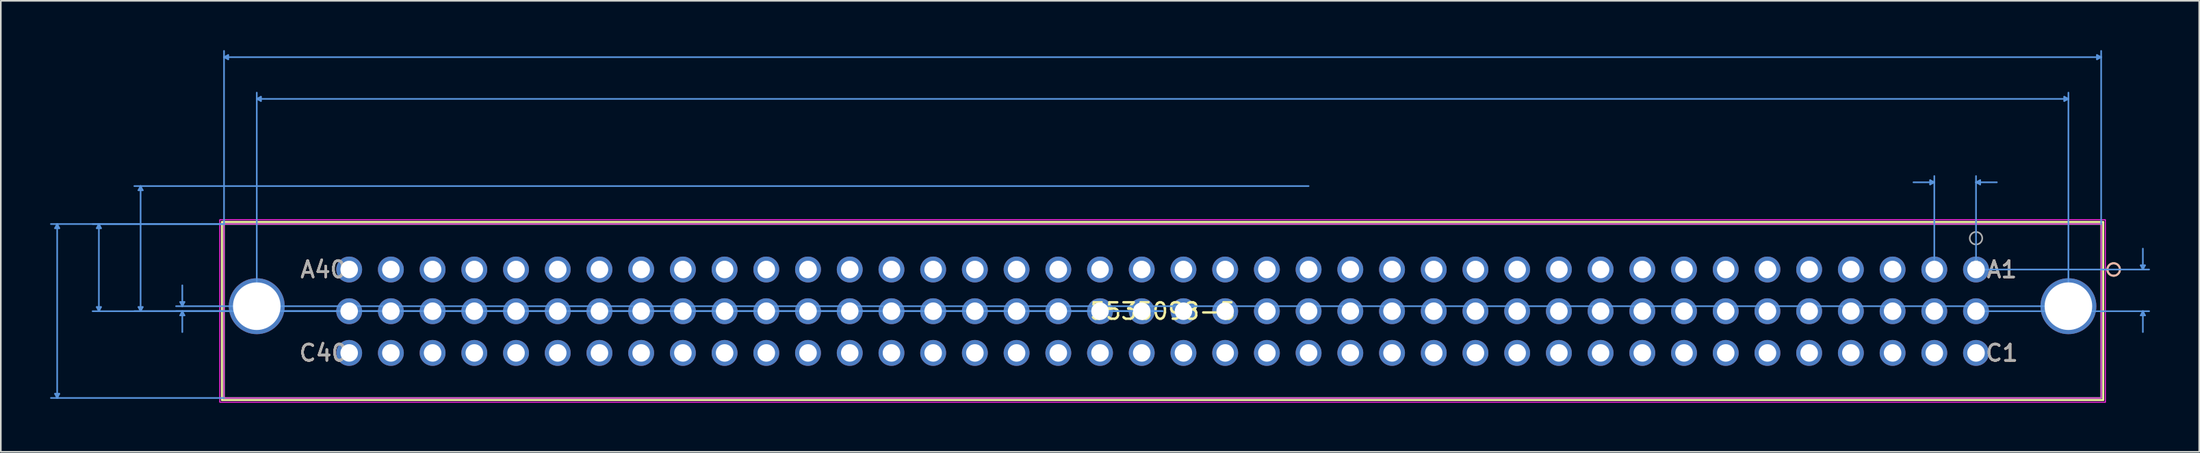
<source format=kicad_pcb>
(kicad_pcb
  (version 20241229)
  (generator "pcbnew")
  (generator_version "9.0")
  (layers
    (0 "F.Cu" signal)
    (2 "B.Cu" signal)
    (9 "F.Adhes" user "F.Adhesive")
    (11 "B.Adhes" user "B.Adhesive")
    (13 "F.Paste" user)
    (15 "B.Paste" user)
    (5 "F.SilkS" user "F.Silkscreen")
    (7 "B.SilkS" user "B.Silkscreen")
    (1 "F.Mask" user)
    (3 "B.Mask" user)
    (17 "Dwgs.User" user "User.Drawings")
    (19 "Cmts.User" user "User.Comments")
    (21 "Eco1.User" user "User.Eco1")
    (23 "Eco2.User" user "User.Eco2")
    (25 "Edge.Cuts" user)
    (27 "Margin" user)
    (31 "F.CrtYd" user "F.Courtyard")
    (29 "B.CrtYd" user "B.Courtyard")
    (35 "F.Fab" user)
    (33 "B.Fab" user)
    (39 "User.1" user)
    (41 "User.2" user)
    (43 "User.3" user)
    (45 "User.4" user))
  (footprint "5535098-5"
    (layer "F.Cu")
    (at 117.271 13.36)
    (property "Reference" "5535098-5" (at -49.53 2.54 0) (layer "F.SilkS") (effects (font (size 1 1) (thickness 0.15))))
    (attr through_hole)
    (fp_line (start -106.807 -2.896) (end -106.807 7.95) (stroke (width 0.12) (type solid)) (layer "F.SilkS"))
    (fp_line (start -106.807 7.95) (end 7.747 7.95) (stroke (width 0.12) (type solid)) (layer "F.SilkS"))
    (fp_line (start 7.747 -2.896) (end -106.807 -2.896) (stroke (width 0.12) (type solid)) (layer "F.SilkS"))
    (fp_line (start 7.747 7.95) (end 7.747 -2.896) (stroke (width 0.12) (type solid)) (layer "F.SilkS"))
    (fp_circle (center 8.382 0) (end 8.763 0) (stroke (width 0.12) (type solid)) (fill no) (layer "F.SilkS"))
    (fp_circle (center 8.382 0) (end 8.763 0) (stroke (width 0.12) (type solid)) (fill no) (layer "B.SilkS"))
    (fp_line (start -116.967 -2.515) (end -116.713 -2.515) (stroke (width 0.1) (type solid)) (layer "Cmts.User"))
    (fp_line (start -116.967 7.569) (end -116.713 7.569) (stroke (width 0.1) (type solid)) (layer "Cmts.User"))
    (fp_line (start -116.84 -2.769) (end -116.967 -2.515) (stroke (width 0.1) (type solid)) (layer "Cmts.User"))
    (fp_line (start -116.84 -2.769) (end -116.84 7.823) (stroke (width 0.1) (type solid)) (layer "Cmts.User"))
    (fp_line (start -116.84 -2.769) (end -116.713 -2.515) (stroke (width 0.1) (type solid)) (layer "Cmts.User"))
    (fp_line (start -116.84 7.823) (end -116.967 7.569) (stroke (width 0.1) (type solid)) (layer "Cmts.User"))
    (fp_line (start -116.84 7.823) (end -116.713 7.569) (stroke (width 0.1) (type solid)) (layer "Cmts.User"))
    (fp_line (start -114.427 -2.515) (end -114.173 -2.515) (stroke (width 0.1) (type solid)) (layer "Cmts.User"))
    (fp_line (start -114.427 2.286) (end -114.173 2.286) (stroke (width 0.1) (type solid)) (layer "Cmts.User"))
    (fp_line (start -114.3 -2.769) (end -114.427 -2.515) (stroke (width 0.1) (type solid)) (layer "Cmts.User"))
    (fp_line (start -114.3 -2.769) (end -114.3 2.54) (stroke (width 0.1) (type solid)) (layer "Cmts.User"))
    (fp_line (start -114.3 -2.769) (end -114.173 -2.515) (stroke (width 0.1) (type solid)) (layer "Cmts.User"))
    (fp_line (start -114.3 2.54) (end -114.427 2.286) (stroke (width 0.1) (type solid)) (layer "Cmts.User"))
    (fp_line (start -114.3 2.54) (end -114.173 2.286) (stroke (width 0.1) (type solid)) (layer "Cmts.User"))
    (fp_line (start -111.887 -4.826) (end -111.633 -4.826) (stroke (width 0.1) (type solid)) (layer "Cmts.User"))
    (fp_line (start -111.887 2.286) (end -111.633 2.286) (stroke (width 0.1) (type solid)) (layer "Cmts.User"))
    (fp_line (start -111.76 -5.08) (end -111.887 -4.826) (stroke (width 0.1) (type solid)) (layer "Cmts.User"))
    (fp_line (start -111.76 -5.08) (end -111.76 2.54) (stroke (width 0.1) (type solid)) (layer "Cmts.User"))
    (fp_line (start -111.76 -5.08) (end -111.633 -4.826) (stroke (width 0.1) (type solid)) (layer "Cmts.User"))
    (fp_line (start -111.76 2.54) (end -111.887 2.286) (stroke (width 0.1) (type solid)) (layer "Cmts.User"))
    (fp_line (start -111.76 2.54) (end -111.633 2.286) (stroke (width 0.1) (type solid)) (layer "Cmts.User"))
    (fp_line (start -109.347 1.981) (end -109.093 1.981) (stroke (width 0.1) (type solid)) (layer "Cmts.User"))
    (fp_line (start -109.347 2.794) (end -109.093 2.794) (stroke (width 0.1) (type solid)) (layer "Cmts.User"))
    (fp_line (start -109.22 2.235) (end -109.347 1.981) (stroke (width 0.1) (type solid)) (layer "Cmts.User"))
    (fp_line (start -109.22 2.235) (end -109.22 0.965) (stroke (width 0.1) (type solid)) (layer "Cmts.User"))
    (fp_line (start -109.22 2.235) (end -109.093 1.981) (stroke (width 0.1) (type solid)) (layer "Cmts.User"))
    (fp_line (start -109.22 2.54) (end -109.347 2.794) (stroke (width 0.1) (type solid)) (layer "Cmts.User"))
    (fp_line (start -109.22 2.54) (end -109.22 3.81) (stroke (width 0.1) (type solid)) (layer "Cmts.User"))
    (fp_line (start -109.22 2.54) (end -109.093 2.794) (stroke (width 0.1) (type solid)) (layer "Cmts.User"))
    (fp_line (start -106.68 -12.929) (end -106.426 -13.056) (stroke (width 0.1) (type solid)) (layer "Cmts.User"))
    (fp_line (start -106.68 -12.929) (end -106.426 -12.802) (stroke (width 0.1) (type solid)) (layer "Cmts.User"))
    (fp_line (start -106.68 -12.929) (end 7.62 -12.929) (stroke (width 0.1) (type solid)) (layer "Cmts.User"))
    (fp_line (start -106.68 -2.769) (end -117.221 -2.769) (stroke (width 0.1) (type solid)) (layer "Cmts.User"))
    (fp_line (start -106.68 -2.769) (end -114.681 -2.769) (stroke (width 0.1) (type solid)) (layer "Cmts.User"))
    (fp_line (start -106.68 -2.769) (end -106.68 -13.31) (stroke (width 0.1) (type solid)) (layer "Cmts.User"))
    (fp_line (start -106.68 7.823) (end -117.221 7.823) (stroke (width 0.1) (type solid)) (layer "Cmts.User"))
    (fp_line (start -106.426 -13.056) (end -106.426 -12.802) (stroke (width 0.1) (type solid)) (layer "Cmts.User"))
    (fp_line (start -104.686 -10.389) (end -104.432 -10.516) (stroke (width 0.1) (type solid)) (layer "Cmts.User"))
    (fp_line (start -104.686 -10.389) (end -104.432 -10.262) (stroke (width 0.1) (type solid)) (layer "Cmts.User"))
    (fp_line (start -104.686 -10.389) (end 5.626 -10.389) (stroke (width 0.1) (type solid)) (layer "Cmts.User"))
    (fp_line (start -104.686 2.235) (end -104.686 -10.77) (stroke (width 0.1) (type solid)) (layer "Cmts.User"))
    (fp_line (start -104.432 -10.516) (end -104.432 -10.262) (stroke (width 0.1) (type solid)) (layer "Cmts.User"))
    (fp_line (start -49.53 2.54) (end -114.681 2.54) (stroke (width 0.1) (type solid)) (layer "Cmts.User"))
    (fp_line (start -49.53 2.54) (end -112.141 2.54) (stroke (width 0.1) (type solid)) (layer "Cmts.User"))
    (fp_line (start -49.53 2.54) (end -109.601 2.54) (stroke (width 0.1) (type solid)) (layer "Cmts.User"))
    (fp_line (start -40.64 -5.08) (end -112.141 -5.08) (stroke (width 0.1) (type solid)) (layer "Cmts.User"))
    (fp_line (start -2.794 -5.436) (end -2.794 -5.182) (stroke (width 0.1) (type solid)) (layer "Cmts.User"))
    (fp_line (start -2.54 -5.309) (end -3.81 -5.309) (stroke (width 0.1) (type solid)) (layer "Cmts.User"))
    (fp_line (start -2.54 -5.309) (end -2.794 -5.436) (stroke (width 0.1) (type solid)) (layer "Cmts.User"))
    (fp_line (start -2.54 -5.309) (end -2.794 -5.182) (stroke (width 0.1) (type solid)) (layer "Cmts.User"))
    (fp_line (start -2.54 0) (end -2.54 -5.69) (stroke (width 0.1) (type solid)) (layer "Cmts.User"))
    (fp_line (start 0 -5.309) (end 0.254 -5.436) (stroke (width 0.1) (type solid)) (layer "Cmts.User"))
    (fp_line (start 0 -5.309) (end 0.254 -5.182) (stroke (width 0.1) (type solid)) (layer "Cmts.User"))
    (fp_line (start 0 -5.309) (end 1.27 -5.309) (stroke (width 0.1) (type solid)) (layer "Cmts.User"))
    (fp_line (start 0 0) (end 0 -5.69) (stroke (width 0.1) (type solid)) (layer "Cmts.User"))
    (fp_line (start 0 0) (end 10.541 0) (stroke (width 0.1) (type solid)) (layer "Cmts.User"))
    (fp_line (start 0 2.54) (end 10.541 2.54) (stroke (width 0.1) (type solid)) (layer "Cmts.User"))
    (fp_line (start 0.254 -5.436) (end 0.254 -5.182) (stroke (width 0.1) (type solid)) (layer "Cmts.User"))
    (fp_line (start 5.372 -10.516) (end 5.372 -10.262) (stroke (width 0.1) (type solid)) (layer "Cmts.User"))
    (fp_line (start 5.626 -10.389) (end 5.372 -10.516) (stroke (width 0.1) (type solid)) (layer "Cmts.User"))
    (fp_line (start 5.626 -10.389) (end 5.372 -10.262) (stroke (width 0.1) (type solid)) (layer "Cmts.User"))
    (fp_line (start 5.626 2.235) (end -109.601 2.235) (stroke (width 0.1) (type solid)) (layer "Cmts.User"))
    (fp_line (start 5.626 2.235) (end 5.626 -10.77) (stroke (width 0.1) (type solid)) (layer "Cmts.User"))
    (fp_line (start 7.366 -13.056) (end 7.366 -12.802) (stroke (width 0.1) (type solid)) (layer "Cmts.User"))
    (fp_line (start 7.62 -12.929) (end 7.366 -13.056) (stroke (width 0.1) (type solid)) (layer "Cmts.User"))
    (fp_line (start 7.62 -12.929) (end 7.366 -12.802) (stroke (width 0.1) (type solid)) (layer "Cmts.User"))
    (fp_line (start 7.62 -2.769) (end 7.62 -13.31) (stroke (width 0.1) (type solid)) (layer "Cmts.User"))
    (fp_line (start 10.033 -0.254) (end 10.287 -0.254) (stroke (width 0.1) (type solid)) (layer "Cmts.User"))
    (fp_line (start 10.033 2.794) (end 10.287 2.794) (stroke (width 0.1) (type solid)) (layer "Cmts.User"))
    (fp_line (start 10.16 0) (end 10.033 -0.254) (stroke (width 0.1) (type solid)) (layer "Cmts.User"))
    (fp_line (start 10.16 0) (end 10.16 -1.27) (stroke (width 0.1) (type solid)) (layer "Cmts.User"))
    (fp_line (start 10.16 0) (end 10.287 -0.254) (stroke (width 0.1) (type solid)) (layer "Cmts.User"))
    (fp_line (start 10.16 2.54) (end 10.033 2.794) (stroke (width 0.1) (type solid)) (layer "Cmts.User"))
    (fp_line (start 10.16 2.54) (end 10.16 3.81) (stroke (width 0.1) (type solid)) (layer "Cmts.User"))
    (fp_line (start 10.16 2.54) (end 10.287 2.794) (stroke (width 0.1) (type solid)) (layer "Cmts.User"))
    (fp_line (start -106.934 -3.023) (end -106.934 8.077) (stroke (width 0.05) (type solid)) (layer "F.CrtYd"))
    (fp_line (start -106.934 -3.023) (end -106.934 8.077) (stroke (width 0.05) (type solid)) (layer "F.CrtYd"))
    (fp_line (start -106.934 8.077) (end 7.874 8.077) (stroke (width 0.05) (type solid)) (layer "F.CrtYd"))
    (fp_line (start -106.934 8.077) (end 7.874 8.077) (stroke (width 0.05) (type solid)) (layer "F.CrtYd"))
    (fp_line (start -106.68 -2.769) (end -106.68 7.823) (stroke (width 0.05) (type solid)) (layer "F.CrtYd"))
    (fp_line (start -106.68 7.823) (end 7.62 7.823) (stroke (width 0.05) (type solid)) (layer "F.CrtYd"))
    (fp_line (start 7.62 -2.769) (end -106.68 -2.769) (stroke (width 0.05) (type solid)) (layer "F.CrtYd"))
    (fp_line (start 7.62 7.823) (end 7.62 -2.769) (stroke (width 0.05) (type solid)) (layer "F.CrtYd"))
    (fp_line (start 7.874 -3.023) (end -106.934 -3.023) (stroke (width 0.05) (type solid)) (layer "F.CrtYd"))
    (fp_line (start 7.874 -3.023) (end -106.934 -3.023) (stroke (width 0.05) (type solid)) (layer "F.CrtYd"))
    (fp_line (start 7.874 8.077) (end 7.874 -3.023) (stroke (width 0.05) (type solid)) (layer "F.CrtYd"))
    (fp_line (start 7.874 8.077) (end 7.874 -3.023) (stroke (width 0.05) (type solid)) (layer "F.CrtYd"))
    (fp_line (start -106.68 -2.769) (end -106.68 7.823) (stroke (width 0.1) (type solid)) (layer "F.Fab"))
    (fp_line (start -106.68 7.823) (end 7.62 7.823) (stroke (width 0.1) (type solid)) (layer "F.Fab"))
    (fp_line (start 7.62 -2.769) (end -106.68 -2.769) (stroke (width 0.1) (type solid)) (layer "F.Fab"))
    (fp_line (start 7.62 7.823) (end 7.62 -2.769) (stroke (width 0.1) (type solid)) (layer "F.Fab"))
    (fp_circle (center 0 -1.905) (end 0.381 -1.905) (stroke (width 0.1) (type solid)) (fill no) (layer "F.Fab"))
    (fp_text user "A1" (at 1.575 0 0) (layer "F.SilkS") (effects (font (size 1 1) (thickness 0.15))))
    (fp_text user "*" (at 0 0 0) (layer "F.SilkS") (effects (font (size 1 1) (thickness 0.15))))
    (fp_text user "A40" (at -100.635 0 0) (layer "F.SilkS") (effects (font (size 1 1) (thickness 0.15))))
    (fp_text user "C1" (at 1.575 5.08 0) (layer "F.SilkS") (effects (font (size 1 1) (thickness 0.15))))
    (fp_text user "C40" (at -100.635 5.08 0) (layer "F.SilkS") (effects (font (size 1 1) (thickness 0.15))))
    (fp_text user "A1" (at 1.575 0 0) (layer "B.SilkS") (effects (font (size 1 1) (thickness 0.15))))
    (fp_text user "C1" (at 1.575 5.08 0) (layer "B.SilkS") (effects (font (size 1 1) (thickness 0.15))))
    (fp_text user "A40" (at -100.635 0 0) (layer "B.SilkS") (effects (font (size 1 1) (thickness 0.15))))
    (fp_text user "C40" (at -100.635 5.08 0) (layer "B.SilkS") (effects (font (size 1 1) (thickness 0.15))))
    (fp_text user "Copyright 2021 Accelerated Designs. All rights reserved." (at 0 0 0) (layer "Cmts.User") (effects (font (size 0.127 0.127) (thickness 0.002))))
    (fp_text user "C40" (at -100.635 5.08 0) (layer "F.Fab") (effects (font (size 1 1) (thickness 0.15))))
    (fp_text user "*" (at 0 0 0) (layer "F.Fab") (effects (font (size 1 1) (thickness 0.15))))
    (fp_text user "A40" (at -100.635 0 0) (layer "F.Fab") (effects (font (size 1 1) (thickness 0.15))))
    (fp_text user "A1" (at 1.575 0 0) (layer "F.Fab") (effects (font (size 1 1) (thickness 0.15))))
    (fp_text user "C1" (at 1.575 5.08 0) (layer "F.Fab") (effects (font (size 1 1) (thickness 0.15))))
    (pad "121" thru_hole circle (at -104.686 2.235) (size 3.404 3.404) (drill 2.896) (layers "*.Cu" "*.Mask"))
    (pad "122" thru_hole circle (at 5.626 2.235) (size 3.404 3.404) (drill 2.896) (layers "*.Cu" "*.Mask"))
    (pad "A1" thru_hole circle (at 0 0) (size 1.575 1.575) (drill 1.067) (layers "*.Cu" "*.Mask"))
    (pad "A2" thru_hole circle (at -2.54 0) (size 1.575 1.575) (drill 1.067) (layers "*.Cu" "*.Mask"))
    (pad "A3" thru_hole circle (at -5.08 0) (size 1.575 1.575) (drill 1.067) (layers "*.Cu" "*.Mask"))
    (pad "A4" thru_hole circle (at -7.62 0) (size 1.575 1.575) (drill 1.067) (layers "*.Cu" "*.Mask"))
    (pad "A5" thru_hole circle (at -10.16 0) (size 1.575 1.575) (drill 1.067) (layers "*.Cu" "*.Mask"))
    (pad "A6" thru_hole circle (at -12.7 0) (size 1.575 1.575) (drill 1.067) (layers "*.Cu" "*.Mask"))
    (pad "A7" thru_hole circle (at -15.24 0) (size 1.575 1.575) (drill 1.067) (layers "*.Cu" "*.Mask"))
    (pad "A8" thru_hole circle (at -17.78 0) (size 1.575 1.575) (drill 1.067) (layers "*.Cu" "*.Mask"))
    (pad "A9" thru_hole circle (at -20.32 0) (size 1.575 1.575) (drill 1.067) (layers "*.Cu" "*.Mask"))
    (pad "A10" thru_hole circle (at -22.86 0) (size 1.575 1.575) (drill 1.067) (layers "*.Cu" "*.Mask"))
    (pad "A11" thru_hole circle (at -25.4 0) (size 1.575 1.575) (drill 1.067) (layers "*.Cu" "*.Mask"))
    (pad "A12" thru_hole circle (at -27.94 0) (size 1.575 1.575) (drill 1.067) (layers "*.Cu" "*.Mask"))
    (pad "A13" thru_hole circle (at -30.48 0) (size 1.575 1.575) (drill 1.067) (layers "*.Cu" "*.Mask"))
    (pad "A14" thru_hole circle (at -33.02 0) (size 1.575 1.575) (drill 1.067) (layers "*.Cu" "*.Mask"))
    (pad "A15" thru_hole circle (at -35.56 0) (size 1.575 1.575) (drill 1.067) (layers "*.Cu" "*.Mask"))
    (pad "A16" thru_hole circle (at -38.1 0) (size 1.575 1.575) (drill 1.067) (layers "*.Cu" "*.Mask"))
    (pad "A17" thru_hole circle (at -40.64 0) (size 1.575 1.575) (drill 1.067) (layers "*.Cu" "*.Mask"))
    (pad "A18" thru_hole circle (at -43.18 0) (size 1.575 1.575) (drill 1.067) (layers "*.Cu" "*.Mask"))
    (pad "A19" thru_hole circle (at -45.72 0) (size 1.575 1.575) (drill 1.067) (layers "*.Cu" "*.Mask"))
    (pad "A20" thru_hole circle (at -48.26 0) (size 1.575 1.575) (drill 1.067) (layers "*.Cu" "*.Mask"))
    (pad "A21" thru_hole circle (at -50.8 0) (size 1.575 1.575) (drill 1.067) (layers "*.Cu" "*.Mask"))
    (pad "A22" thru_hole circle (at -53.34 0) (size 1.575 1.575) (drill 1.067) (layers "*.Cu" "*.Mask"))
    (pad "A23" thru_hole circle (at -55.88 0) (size 1.575 1.575) (drill 1.067) (layers "*.Cu" "*.Mask"))
    (pad "A24" thru_hole circle (at -58.42 0) (size 1.575 1.575) (drill 1.067) (layers "*.Cu" "*.Mask"))
    (pad "A25" thru_hole circle (at -60.96 0) (size 1.575 1.575) (drill 1.067) (layers "*.Cu" "*.Mask"))
    (pad "A26" thru_hole circle (at -63.5 0) (size 1.575 1.575) (drill 1.067) (layers "*.Cu" "*.Mask"))
    (pad "A27" thru_hole circle (at -66.04 0) (size 1.575 1.575) (drill 1.067) (layers "*.Cu" "*.Mask"))
    (pad "A28" thru_hole circle (at -68.58 0) (size 1.575 1.575) (drill 1.067) (layers "*.Cu" "*.Mask"))
    (pad "A29" thru_hole circle (at -71.12 0) (size 1.575 1.575) (drill 1.067) (layers "*.Cu" "*.Mask"))
    (pad "A30" thru_hole circle (at -73.66 0) (size 1.575 1.575) (drill 1.067) (layers "*.Cu" "*.Mask"))
    (pad "A31" thru_hole circle (at -76.2 0) (size 1.575 1.575) (drill 1.067) (layers "*.Cu" "*.Mask"))
    (pad "A32" thru_hole circle (at -78.74 0) (size 1.575 1.575) (drill 1.067) (layers "*.Cu" "*.Mask"))
    (pad "A33" thru_hole circle (at -81.28 0) (size 1.575 1.575) (drill 1.067) (layers "*.Cu" "*.Mask"))
    (pad "A34" thru_hole circle (at -83.82 0) (size 1.575 1.575) (drill 1.067) (layers "*.Cu" "*.Mask"))
    (pad "A35" thru_hole circle (at -86.36 0) (size 1.575 1.575) (drill 1.067) (layers "*.Cu" "*.Mask"))
    (pad "A36" thru_hole circle (at -88.9 0) (size 1.575 1.575) (drill 1.067) (layers "*.Cu" "*.Mask"))
    (pad "A37" thru_hole circle (at -91.44 0) (size 1.575 1.575) (drill 1.067) (layers "*.Cu" "*.Mask"))
    (pad "A38" thru_hole circle (at -93.98 0) (size 1.575 1.575) (drill 1.067) (layers "*.Cu" "*.Mask"))
    (pad "A39" thru_hole circle (at -96.52 0) (size 1.575 1.575) (drill 1.067) (layers "*.Cu" "*.Mask"))
    (pad "A40" thru_hole circle (at -99.06 0) (size 1.575 1.575) (drill 1.067) (layers "*.Cu" "*.Mask"))
    (pad "B1" thru_hole circle (at 0 2.54) (size 1.575 1.575) (drill 1.067) (layers "*.Cu" "*.Mask"))
    (pad "B2" thru_hole circle (at -2.54 2.54) (size 1.575 1.575) (drill 1.067) (layers "*.Cu" "*.Mask"))
    (pad "B3" thru_hole circle (at -5.08 2.54) (size 1.575 1.575) (drill 1.067) (layers "*.Cu" "*.Mask"))
    (pad "B4" thru_hole circle (at -7.62 2.54) (size 1.575 1.575) (drill 1.067) (layers "*.Cu" "*.Mask"))
    (pad "B5" thru_hole circle (at -10.16 2.54) (size 1.575 1.575) (drill 1.067) (layers "*.Cu" "*.Mask"))
    (pad "B6" thru_hole circle (at -12.7 2.54) (size 1.575 1.575) (drill 1.067) (layers "*.Cu" "*.Mask"))
    (pad "B7" thru_hole circle (at -15.24 2.54) (size 1.575 1.575) (drill 1.067) (layers "*.Cu" "*.Mask"))
    (pad "B8" thru_hole circle (at -17.78 2.54) (size 1.575 1.575) (drill 1.067) (layers "*.Cu" "*.Mask"))
    (pad "B9" thru_hole circle (at -20.32 2.54) (size 1.575 1.575) (drill 1.067) (layers "*.Cu" "*.Mask"))
    (pad "B10" thru_hole circle (at -22.86 2.54) (size 1.575 1.575) (drill 1.067) (layers "*.Cu" "*.Mask"))
    (pad "B11" thru_hole circle (at -25.4 2.54) (size 1.575 1.575) (drill 1.067) (layers "*.Cu" "*.Mask"))
    (pad "B12" thru_hole circle (at -27.94 2.54) (size 1.575 1.575) (drill 1.067) (layers "*.Cu" "*.Mask"))
    (pad "B13" thru_hole circle (at -30.48 2.54) (size 1.575 1.575) (drill 1.067) (layers "*.Cu" "*.Mask"))
    (pad "B14" thru_hole circle (at -33.02 2.54) (size 1.575 1.575) (drill 1.067) (layers "*.Cu" "*.Mask"))
    (pad "B15" thru_hole circle (at -35.56 2.54) (size 1.575 1.575) (drill 1.067) (layers "*.Cu" "*.Mask"))
    (pad "B16" thru_hole circle (at -38.1 2.54) (size 1.575 1.575) (drill 1.067) (layers "*.Cu" "*.Mask"))
    (pad "B17" thru_hole circle (at -40.64 2.54) (size 1.575 1.575) (drill 1.067) (layers "*.Cu" "*.Mask"))
    (pad "B18" thru_hole circle (at -43.18 2.54) (size 1.575 1.575) (drill 1.067) (layers "*.Cu" "*.Mask"))
    (pad "B19" thru_hole circle (at -45.72 2.54) (size 1.575 1.575) (drill 1.067) (layers "*.Cu" "*.Mask"))
    (pad "B20" thru_hole circle (at -48.26 2.54) (size 1.575 1.575) (drill 1.067) (layers "*.Cu" "*.Mask"))
    (pad "B21" thru_hole circle (at -50.8 2.54) (size 1.575 1.575) (drill 1.067) (layers "*.Cu" "*.Mask"))
    (pad "B22" thru_hole circle (at -53.34 2.54) (size 1.575 1.575) (drill 1.067) (layers "*.Cu" "*.Mask"))
    (pad "B23" thru_hole circle (at -55.88 2.54) (size 1.575 1.575) (drill 1.067) (layers "*.Cu" "*.Mask"))
    (pad "B24" thru_hole circle (at -58.42 2.54) (size 1.575 1.575) (drill 1.067) (layers "*.Cu" "*.Mask"))
    (pad "B25" thru_hole circle (at -60.96 2.54) (size 1.575 1.575) (drill 1.067) (layers "*.Cu" "*.Mask"))
    (pad "B26" thru_hole circle (at -63.5 2.54) (size 1.575 1.575) (drill 1.067) (layers "*.Cu" "*.Mask"))
    (pad "B27" thru_hole circle (at -66.04 2.54) (size 1.575 1.575) (drill 1.067) (layers "*.Cu" "*.Mask"))
    (pad "B28" thru_hole circle (at -68.58 2.54) (size 1.575 1.575) (drill 1.067) (layers "*.Cu" "*.Mask"))
    (pad "B29" thru_hole circle (at -71.12 2.54) (size 1.575 1.575) (drill 1.067) (layers "*.Cu" "*.Mask"))
    (pad "B30" thru_hole circle (at -73.66 2.54) (size 1.575 1.575) (drill 1.067) (layers "*.Cu" "*.Mask"))
    (pad "B31" thru_hole circle (at -76.2 2.54) (size 1.575 1.575) (drill 1.067) (layers "*.Cu" "*.Mask"))
    (pad "B32" thru_hole circle (at -78.74 2.54) (size 1.575 1.575) (drill 1.067) (layers "*.Cu" "*.Mask"))
    (pad "B33" thru_hole circle (at -81.28 2.54) (size 1.575 1.575) (drill 1.067) (layers "*.Cu" "*.Mask"))
    (pad "B34" thru_hole circle (at -83.82 2.54) (size 1.575 1.575) (drill 1.067) (layers "*.Cu" "*.Mask"))
    (pad "B35" thru_hole circle (at -86.36 2.54) (size 1.575 1.575) (drill 1.067) (layers "*.Cu" "*.Mask"))
    (pad "B36" thru_hole circle (at -88.9 2.54) (size 1.575 1.575) (drill 1.067) (layers "*.Cu" "*.Mask"))
    (pad "B37" thru_hole circle (at -91.44 2.54) (size 1.575 1.575) (drill 1.067) (layers "*.Cu" "*.Mask"))
    (pad "B38" thru_hole circle (at -93.98 2.54) (size 1.575 1.575) (drill 1.067) (layers "*.Cu" "*.Mask"))
    (pad "B39" thru_hole circle (at -96.52 2.54) (size 1.575 1.575) (drill 1.067) (layers "*.Cu" "*.Mask"))
    (pad "B40" thru_hole circle (at -99.06 2.54) (size 1.575 1.575) (drill 1.067) (layers "*.Cu" "*.Mask"))
    (pad "C1" thru_hole circle (at 0 5.08) (size 1.575 1.575) (drill 1.067) (layers "*.Cu" "*.Mask"))
    (pad "C2" thru_hole circle (at -2.54 5.08) (size 1.575 1.575) (drill 1.067) (layers "*.Cu" "*.Mask"))
    (pad "C3" thru_hole circle (at -5.08 5.08) (size 1.575 1.575) (drill 1.067) (layers "*.Cu" "*.Mask"))
    (pad "C4" thru_hole circle (at -7.62 5.08) (size 1.575 1.575) (drill 1.067) (layers "*.Cu" "*.Mask"))
    (pad "C5" thru_hole circle (at -10.16 5.08) (size 1.575 1.575) (drill 1.067) (layers "*.Cu" "*.Mask"))
    (pad "C6" thru_hole circle (at -12.7 5.08) (size 1.575 1.575) (drill 1.067) (layers "*.Cu" "*.Mask"))
    (pad "C7" thru_hole circle (at -15.24 5.08) (size 1.575 1.575) (drill 1.067) (layers "*.Cu" "*.Mask"))
    (pad "C8" thru_hole circle (at -17.78 5.08) (size 1.575 1.575) (drill 1.067) (layers "*.Cu" "*.Mask"))
    (pad "C9" thru_hole circle (at -20.32 5.08) (size 1.575 1.575) (drill 1.067) (layers "*.Cu" "*.Mask"))
    (pad "C10" thru_hole circle (at -22.86 5.08) (size 1.575 1.575) (drill 1.067) (layers "*.Cu" "*.Mask"))
    (pad "C11" thru_hole circle (at -25.4 5.08) (size 1.575 1.575) (drill 1.067) (layers "*.Cu" "*.Mask"))
    (pad "C12" thru_hole circle (at -27.94 5.08) (size 1.575 1.575) (drill 1.067) (layers "*.Cu" "*.Mask"))
    (pad "C13" thru_hole circle (at -30.48 5.08) (size 1.575 1.575) (drill 1.067) (layers "*.Cu" "*.Mask"))
    (pad "C14" thru_hole circle (at -33.02 5.08) (size 1.575 1.575) (drill 1.067) (layers "*.Cu" "*.Mask"))
    (pad "C15" thru_hole circle (at -35.56 5.08) (size 1.575 1.575) (drill 1.067) (layers "*.Cu" "*.Mask"))
    (pad "C16" thru_hole circle (at -38.1 5.08) (size 1.575 1.575) (drill 1.067) (layers "*.Cu" "*.Mask"))
    (pad "C17" thru_hole circle (at -40.64 5.08) (size 1.575 1.575) (drill 1.067) (layers "*.Cu" "*.Mask"))
    (pad "C18" thru_hole circle (at -43.18 5.08) (size 1.575 1.575) (drill 1.067) (layers "*.Cu" "*.Mask"))
    (pad "C19" thru_hole circle (at -45.72 5.08) (size 1.575 1.575) (drill 1.067) (layers "*.Cu" "*.Mask"))
    (pad "C20" thru_hole circle (at -48.26 5.08) (size 1.575 1.575) (drill 1.067) (layers "*.Cu" "*.Mask"))
    (pad "C21" thru_hole circle (at -50.8 5.08) (size 1.575 1.575) (drill 1.067) (layers "*.Cu" "*.Mask"))
    (pad "C22" thru_hole circle (at -53.34 5.08) (size 1.575 1.575) (drill 1.067) (layers "*.Cu" "*.Mask"))
    (pad "C23" thru_hole circle (at -55.88 5.08) (size 1.575 1.575) (drill 1.067) (layers "*.Cu" "*.Mask"))
    (pad "C24" thru_hole circle (at -58.42 5.08) (size 1.575 1.575) (drill 1.067) (layers "*.Cu" "*.Mask"))
    (pad "C25" thru_hole circle (at -60.96 5.08) (size 1.575 1.575) (drill 1.067) (layers "*.Cu" "*.Mask"))
    (pad "C26" thru_hole circle (at -63.5 5.08) (size 1.575 1.575) (drill 1.067) (layers "*.Cu" "*.Mask"))
    (pad "C27" thru_hole circle (at -66.04 5.08) (size 1.575 1.575) (drill 1.067) (layers "*.Cu" "*.Mask"))
    (pad "C28" thru_hole circle (at -68.58 5.08) (size 1.575 1.575) (drill 1.067) (layers "*.Cu" "*.Mask"))
    (pad "C29" thru_hole circle (at -71.12 5.08) (size 1.575 1.575) (drill 1.067) (layers "*.Cu" "*.Mask"))
    (pad "C30" thru_hole circle (at -73.66 5.08) (size 1.575 1.575) (drill 1.067) (layers "*.Cu" "*.Mask"))
    (pad "C31" thru_hole circle (at -76.2 5.08) (size 1.575 1.575) (drill 1.067) (layers "*.Cu" "*.Mask"))
    (pad "C32" thru_hole circle (at -78.74 5.08) (size 1.575 1.575) (drill 1.067) (layers "*.Cu" "*.Mask"))
    (pad "C33" thru_hole circle (at -81.28 5.08) (size 1.575 1.575) (drill 1.067) (layers "*.Cu" "*.Mask"))
    (pad "C34" thru_hole circle (at -83.82 5.08) (size 1.575 1.575) (drill 1.067) (layers "*.Cu" "*.Mask"))
    (pad "C35" thru_hole circle (at -86.36 5.08) (size 1.575 1.575) (drill 1.067) (layers "*.Cu" "*.Mask"))
    (pad "C36" thru_hole circle (at -88.9 5.08) (size 1.575 1.575) (drill 1.067) (layers "*.Cu" "*.Mask"))
    (pad "C37" thru_hole circle (at -91.44 5.08) (size 1.575 1.575) (drill 1.067) (layers "*.Cu" "*.Mask"))
    (pad "C38" thru_hole circle (at -93.98 5.08) (size 1.575 1.575) (drill 1.067) (layers "*.Cu" "*.Mask"))
    (pad "C39" thru_hole circle (at -96.52 5.08) (size 1.575 1.575) (drill 1.067) (layers "*.Cu" "*.Mask"))
    (pad "C40" thru_hole circle (at -99.06 5.08) (size 1.575 1.575) (drill 1.067) (layers "*.Cu" "*.Mask")))
  (gr_rect
    (start -3 -3)
    (end 130.862 24.462)
    (stroke (width 0.1) (type default))
    (fill no)
    (layer "Edge.Cuts")))
</source>
